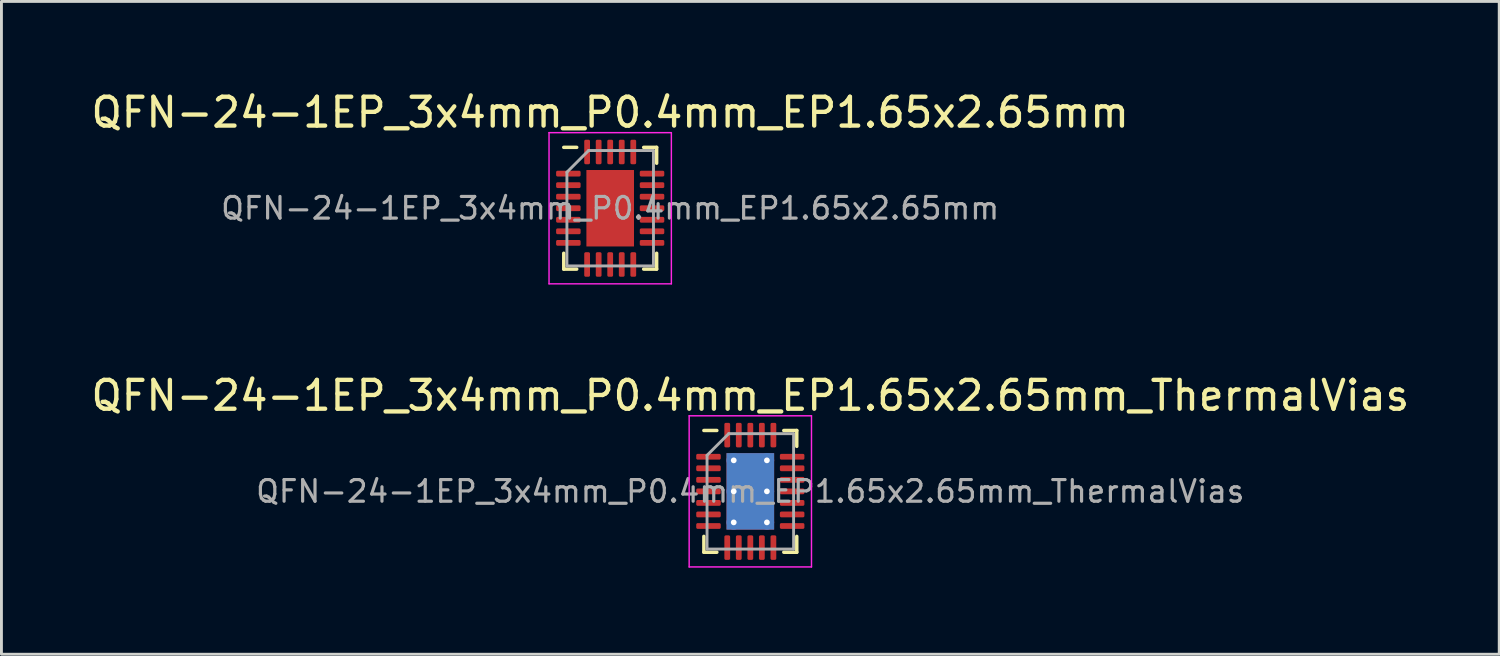
<source format=kicad_pcb>
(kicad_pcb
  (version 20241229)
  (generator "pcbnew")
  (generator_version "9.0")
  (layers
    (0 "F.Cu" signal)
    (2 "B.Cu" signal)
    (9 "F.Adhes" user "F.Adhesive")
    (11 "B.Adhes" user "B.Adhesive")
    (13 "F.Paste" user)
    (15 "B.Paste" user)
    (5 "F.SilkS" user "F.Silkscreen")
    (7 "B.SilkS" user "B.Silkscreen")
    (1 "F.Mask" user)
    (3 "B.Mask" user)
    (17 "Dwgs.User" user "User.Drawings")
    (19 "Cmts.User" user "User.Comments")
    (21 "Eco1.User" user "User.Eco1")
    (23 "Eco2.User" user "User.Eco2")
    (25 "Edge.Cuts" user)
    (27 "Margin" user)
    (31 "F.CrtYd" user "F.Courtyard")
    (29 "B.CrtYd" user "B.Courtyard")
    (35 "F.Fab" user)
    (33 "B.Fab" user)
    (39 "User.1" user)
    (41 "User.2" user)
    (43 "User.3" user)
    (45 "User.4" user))
  (footprint "QFN-24-1EP_3x4mm_P0.4mm_EP1.65x2.65mm"
    (layer "F.Cu")
    (at 18.101 4.168)
    (property "Reference" "QFN-24-1EP_3x4mm_P0.4mm_EP1.65x2.65mm" (at 0 -3.32 0) (layer "F.SilkS") (effects (font (size 1 1) (thickness 0.15))))
    (attr smd)
    (fp_line (start -1.61 2.11) (end -1.61 1.56) (stroke (width 0.12) (type solid)) (layer "F.SilkS"))
    (fp_line (start -1.16 -2.11) (end -1.61 -2.11) (stroke (width 0.12) (type solid)) (layer "F.SilkS"))
    (fp_line (start -1.16 2.11) (end -1.61 2.11) (stroke (width 0.12) (type solid)) (layer "F.SilkS"))
    (fp_line (start 1.16 -2.11) (end 1.61 -2.11) (stroke (width 0.12) (type solid)) (layer "F.SilkS"))
    (fp_line (start 1.16 2.11) (end 1.61 2.11) (stroke (width 0.12) (type solid)) (layer "F.SilkS"))
    (fp_line (start 1.61 -2.11) (end 1.61 -1.56) (stroke (width 0.12) (type solid)) (layer "F.SilkS"))
    (fp_line (start 1.61 2.11) (end 1.61 1.56) (stroke (width 0.12) (type solid)) (layer "F.SilkS"))
    (fp_line (start -2.12 -2.62) (end -2.12 2.62) (stroke (width 0.05) (type solid)) (layer "F.CrtYd"))
    (fp_line (start -2.12 2.62) (end 2.12 2.62) (stroke (width 0.05) (type solid)) (layer "F.CrtYd"))
    (fp_line (start 2.12 -2.62) (end -2.12 -2.62) (stroke (width 0.05) (type solid)) (layer "F.CrtYd"))
    (fp_line (start 2.12 2.62) (end 2.12 -2.62) (stroke (width 0.05) (type solid)) (layer "F.CrtYd"))
    (fp_line (start -1.5 -1.25) (end -0.75 -2) (stroke (width 0.1) (type solid)) (layer "F.Fab"))
    (fp_line (start -1.5 2) (end -1.5 -1.25) (stroke (width 0.1) (type solid)) (layer "F.Fab"))
    (fp_line (start -0.75 -2) (end 1.5 -2) (stroke (width 0.1) (type solid)) (layer "F.Fab"))
    (fp_line (start 1.5 -2) (end 1.5 2) (stroke (width 0.1) (type solid)) (layer "F.Fab"))
    (fp_line (start 1.5 2) (end -1.5 2) (stroke (width 0.1) (type solid)) (layer "F.Fab"))
    (fp_text user "${REFERENCE}" (at 0 0 0) (layer "F.Fab") (effects (font (size 0.75 0.75) (thickness 0.11))))
    (pad "" smd roundrect (at -0.41 -0.88) (size 0.67 0.71) (layers "F.Paste") (roundrect_rratio 0.25))
    (pad "" smd roundrect (at -0.41 0) (size 0.67 0.71) (layers "F.Paste") (roundrect_rratio 0.25))
    (pad "" smd roundrect (at -0.41 0.88) (size 0.67 0.71) (layers "F.Paste") (roundrect_rratio 0.25))
    (pad "" smd roundrect (at 0.41 -0.88) (size 0.67 0.71) (layers "F.Paste") (roundrect_rratio 0.25))
    (pad "" smd roundrect (at 0.41 0) (size 0.67 0.71) (layers "F.Paste") (roundrect_rratio 0.25))
    (pad "" smd roundrect (at 0.41 0.88) (size 0.67 0.71) (layers "F.Paste") (roundrect_rratio 0.25))
    (pad "1" smd roundrect (at -1.45 -1.2) (size 0.85 0.2) (layers "F.Cu" "F.Mask" "F.Paste") (roundrect_rratio 0.25))
    (pad "2" smd roundrect (at -1.45 -0.8) (size 0.85 0.2) (layers "F.Cu" "F.Mask" "F.Paste") (roundrect_rratio 0.25))
    (pad "3" smd roundrect (at -1.45 -0.4) (size 0.85 0.2) (layers "F.Cu" "F.Mask" "F.Paste") (roundrect_rratio 0.25))
    (pad "4" smd roundrect (at -1.45 0) (size 0.85 0.2) (layers "F.Cu" "F.Mask" "F.Paste") (roundrect_rratio 0.25))
    (pad "5" smd roundrect (at -1.45 0.4) (size 0.85 0.2) (layers "F.Cu" "F.Mask" "F.Paste") (roundrect_rratio 0.25))
    (pad "6" smd roundrect (at -1.45 0.8) (size 0.85 0.2) (layers "F.Cu" "F.Mask" "F.Paste") (roundrect_rratio 0.25))
    (pad "7" smd roundrect (at -1.45 1.2) (size 0.85 0.2) (layers "F.Cu" "F.Mask" "F.Paste") (roundrect_rratio 0.25))
    (pad "8" smd roundrect (at -0.8 1.95) (size 0.2 0.85) (layers "F.Cu" "F.Mask" "F.Paste") (roundrect_rratio 0.25))
    (pad "9" smd roundrect (at -0.4 1.95) (size 0.2 0.85) (layers "F.Cu" "F.Mask" "F.Paste") (roundrect_rratio 0.25))
    (pad "10" smd roundrect (at 0 1.95) (size 0.2 0.85) (layers "F.Cu" "F.Mask" "F.Paste") (roundrect_rratio 0.25))
    (pad "11" smd roundrect (at 0.4 1.95) (size 0.2 0.85) (layers "F.Cu" "F.Mask" "F.Paste") (roundrect_rratio 0.25))
    (pad "12" smd roundrect (at 0.8 1.95) (size 0.2 0.85) (layers "F.Cu" "F.Mask" "F.Paste") (roundrect_rratio 0.25))
    (pad "13" smd roundrect (at 1.45 1.2) (size 0.85 0.2) (layers "F.Cu" "F.Mask" "F.Paste") (roundrect_rratio 0.25))
    (pad "14" smd roundrect (at 1.45 0.8) (size 0.85 0.2) (layers "F.Cu" "F.Mask" "F.Paste") (roundrect_rratio 0.25))
    (pad "15" smd roundrect (at 1.45 0.4) (size 0.85 0.2) (layers "F.Cu" "F.Mask" "F.Paste") (roundrect_rratio 0.25))
    (pad "16" smd roundrect (at 1.45 0) (size 0.85 0.2) (layers "F.Cu" "F.Mask" "F.Paste") (roundrect_rratio 0.25))
    (pad "17" smd roundrect (at 1.45 -0.4) (size 0.85 0.2) (layers "F.Cu" "F.Mask" "F.Paste") (roundrect_rratio 0.25))
    (pad "18" smd roundrect (at 1.45 -0.8) (size 0.85 0.2) (layers "F.Cu" "F.Mask" "F.Paste") (roundrect_rratio 0.25))
    (pad "19" smd roundrect (at 1.45 -1.2) (size 0.85 0.2) (layers "F.Cu" "F.Mask" "F.Paste") (roundrect_rratio 0.25))
    (pad "20" smd roundrect (at 0.8 -1.95) (size 0.2 0.85) (layers "F.Cu" "F.Mask" "F.Paste") (roundrect_rratio 0.25))
    (pad "21" smd roundrect (at 0.4 -1.95) (size 0.2 0.85) (layers "F.Cu" "F.Mask" "F.Paste") (roundrect_rratio 0.25))
    (pad "22" smd roundrect (at 0 -1.95) (size 0.2 0.85) (layers "F.Cu" "F.Mask" "F.Paste") (roundrect_rratio 0.25))
    (pad "23" smd roundrect (at -0.4 -1.95) (size 0.2 0.85) (layers "F.Cu" "F.Mask" "F.Paste") (roundrect_rratio 0.25))
    (pad "24" smd roundrect (at -0.8 -1.95) (size 0.2 0.85) (layers "F.Cu" "F.Mask" "F.Paste") (roundrect_rratio 0.25))
    (pad "25" smd rect (at 0 0) (size 1.65 2.65) (layers "F.Cu" "F.Mask")))
  (footprint "QFN-24-1EP_3x4mm_P0.4mm_EP1.65x2.65mm_ThermalVias"
    (layer "F.Cu")
    (at 22.958 13.982)
    (property "Reference" "QFN-24-1EP_3x4mm_P0.4mm_EP1.65x2.65mm_ThermalVias" (at 0 -3.32 0) (layer "F.SilkS") (effects (font (size 1 1) (thickness 0.15))))
    (attr smd)
    (fp_line (start -1.61 2.11) (end -1.61 1.56) (stroke (width 0.12) (type solid)) (layer "F.SilkS"))
    (fp_line (start -1.16 -2.11) (end -1.61 -2.11) (stroke (width 0.12) (type solid)) (layer "F.SilkS"))
    (fp_line (start -1.16 2.11) (end -1.61 2.11) (stroke (width 0.12) (type solid)) (layer "F.SilkS"))
    (fp_line (start 1.16 -2.11) (end 1.61 -2.11) (stroke (width 0.12) (type solid)) (layer "F.SilkS"))
    (fp_line (start 1.16 2.11) (end 1.61 2.11) (stroke (width 0.12) (type solid)) (layer "F.SilkS"))
    (fp_line (start 1.61 -2.11) (end 1.61 -1.56) (stroke (width 0.12) (type solid)) (layer "F.SilkS"))
    (fp_line (start 1.61 2.11) (end 1.61 1.56) (stroke (width 0.12) (type solid)) (layer "F.SilkS"))
    (fp_line (start -2.12 -2.62) (end -2.12 2.62) (stroke (width 0.05) (type solid)) (layer "F.CrtYd"))
    (fp_line (start -2.12 2.62) (end 2.12 2.62) (stroke (width 0.05) (type solid)) (layer "F.CrtYd"))
    (fp_line (start 2.12 -2.62) (end -2.12 -2.62) (stroke (width 0.05) (type solid)) (layer "F.CrtYd"))
    (fp_line (start 2.12 2.62) (end 2.12 -2.62) (stroke (width 0.05) (type solid)) (layer "F.CrtYd"))
    (fp_line (start -1.5 -1.25) (end -0.75 -2) (stroke (width 0.1) (type solid)) (layer "F.Fab"))
    (fp_line (start -1.5 2) (end -1.5 -1.25) (stroke (width 0.1) (type solid)) (layer "F.Fab"))
    (fp_line (start -0.75 -2) (end 1.5 -2) (stroke (width 0.1) (type solid)) (layer "F.Fab"))
    (fp_line (start 1.5 -2) (end 1.5 2) (stroke (width 0.1) (type solid)) (layer "F.Fab"))
    (fp_line (start 1.5 2) (end -1.5 2) (stroke (width 0.1) (type solid)) (layer "F.Fab"))
    (fp_text user "${REFERENCE}" (at 0 0 0) (layer "F.Fab") (effects (font (size 0.75 0.75) (thickness 0.11))))
    (pad "" smd roundrect (at -0.41 -0.88) (size 0.71 0.76) (layers "F.Paste") (roundrect_rratio 0.25))
    (pad "" smd roundrect (at -0.41 0) (size 0.71 0.76) (layers "F.Paste") (roundrect_rratio 0.25))
    (pad "" smd roundrect (at -0.41 0.88) (size 0.71 0.76) (layers "F.Paste") (roundrect_rratio 0.25))
    (pad "" smd roundrect (at 0.41 -0.88) (size 0.71 0.76) (layers "F.Paste") (roundrect_rratio 0.25))
    (pad "" smd roundrect (at 0.41 0) (size 0.71 0.76) (layers "F.Paste") (roundrect_rratio 0.25))
    (pad "" smd roundrect (at 0.41 0.88) (size 0.71 0.76) (layers "F.Paste") (roundrect_rratio 0.25))
    (pad "1" smd roundrect (at -1.45 -1.2) (size 0.85 0.2) (layers "F.Cu" "F.Mask" "F.Paste") (roundrect_rratio 0.25))
    (pad "2" smd roundrect (at -1.45 -0.8) (size 0.85 0.2) (layers "F.Cu" "F.Mask" "F.Paste") (roundrect_rratio 0.25))
    (pad "3" smd roundrect (at -1.45 -0.4) (size 0.85 0.2) (layers "F.Cu" "F.Mask" "F.Paste") (roundrect_rratio 0.25))
    (pad "4" smd roundrect (at -1.45 0) (size 0.85 0.2) (layers "F.Cu" "F.Mask" "F.Paste") (roundrect_rratio 0.25))
    (pad "5" smd roundrect (at -1.45 0.4) (size 0.85 0.2) (layers "F.Cu" "F.Mask" "F.Paste") (roundrect_rratio 0.25))
    (pad "6" smd roundrect (at -1.45 0.8) (size 0.85 0.2) (layers "F.Cu" "F.Mask" "F.Paste") (roundrect_rratio 0.25))
    (pad "7" smd roundrect (at -1.45 1.2) (size 0.85 0.2) (layers "F.Cu" "F.Mask" "F.Paste") (roundrect_rratio 0.25))
    (pad "8" smd roundrect (at -0.8 1.95) (size 0.2 0.85) (layers "F.Cu" "F.Mask" "F.Paste") (roundrect_rratio 0.25))
    (pad "9" smd roundrect (at -0.4 1.95) (size 0.2 0.85) (layers "F.Cu" "F.Mask" "F.Paste") (roundrect_rratio 0.25))
    (pad "10" smd roundrect (at 0 1.95) (size 0.2 0.85) (layers "F.Cu" "F.Mask" "F.Paste") (roundrect_rratio 0.25))
    (pad "11" smd roundrect (at 0.4 1.95) (size 0.2 0.85) (layers "F.Cu" "F.Mask" "F.Paste") (roundrect_rratio 0.25))
    (pad "12" smd roundrect (at 0.8 1.95) (size 0.2 0.85) (layers "F.Cu" "F.Mask" "F.Paste") (roundrect_rratio 0.25))
    (pad "13" smd roundrect (at 1.45 1.2) (size 0.85 0.2) (layers "F.Cu" "F.Mask" "F.Paste") (roundrect_rratio 0.25))
    (pad "14" smd roundrect (at 1.45 0.8) (size 0.85 0.2) (layers "F.Cu" "F.Mask" "F.Paste") (roundrect_rratio 0.25))
    (pad "15" smd roundrect (at 1.45 0.4) (size 0.85 0.2) (layers "F.Cu" "F.Mask" "F.Paste") (roundrect_rratio 0.25))
    (pad "16" smd roundrect (at 1.45 0) (size 0.85 0.2) (layers "F.Cu" "F.Mask" "F.Paste") (roundrect_rratio 0.25))
    (pad "17" smd roundrect (at 1.45 -0.4) (size 0.85 0.2) (layers "F.Cu" "F.Mask" "F.Paste") (roundrect_rratio 0.25))
    (pad "18" smd roundrect (at 1.45 -0.8) (size 0.85 0.2) (layers "F.Cu" "F.Mask" "F.Paste") (roundrect_rratio 0.25))
    (pad "19" smd roundrect (at 1.45 -1.2) (size 0.85 0.2) (layers "F.Cu" "F.Mask" "F.Paste") (roundrect_rratio 0.25))
    (pad "20" smd roundrect (at 0.8 -1.95) (size 0.2 0.85) (layers "F.Cu" "F.Mask" "F.Paste") (roundrect_rratio 0.25))
    (pad "21" smd roundrect (at 0.4 -1.95) (size 0.2 0.85) (layers "F.Cu" "F.Mask" "F.Paste") (roundrect_rratio 0.25))
    (pad "22" smd roundrect (at 0 -1.95) (size 0.2 0.85) (layers "F.Cu" "F.Mask" "F.Paste") (roundrect_rratio 0.25))
    (pad "23" smd roundrect (at -0.4 -1.95) (size 0.2 0.85) (layers "F.Cu" "F.Mask" "F.Paste") (roundrect_rratio 0.25))
    (pad "24" smd roundrect (at -0.8 -1.95) (size 0.2 0.85) (layers "F.Cu" "F.Mask" "F.Paste") (roundrect_rratio 0.25))
    (pad "25" thru_hole circle (at -0.575 -1.075) (size 0.5 0.5) (drill 0.2) (layers "*.Cu"))
    (pad "25" thru_hole circle (at -0.575 0) (size 0.5 0.5) (drill 0.2) (layers "*.Cu"))
    (pad "25" thru_hole circle (at -0.575 1.075) (size 0.5 0.5) (drill 0.2) (layers "*.Cu"))
    (pad "25" smd rect (at 0 0) (size 1.65 2.65) (layers "F.Cu" "F.Mask"))
    (pad "25" smd rect (at 0 0) (size 1.65 2.65) (layers "B.Cu"))
    (pad "25" thru_hole circle (at 0.575 -1.075) (size 0.5 0.5) (drill 0.2) (layers "*.Cu"))
    (pad "25" thru_hole circle (at 0.575 0) (size 0.5 0.5) (drill 0.2) (layers "*.Cu"))
    (pad "25" thru_hole circle (at 0.575 1.075) (size 0.5 0.5) (drill 0.2) (layers "*.Cu")))
  (gr_rect
    (start -3 -3)
    (end 48.917 19.627)
    (stroke (width 0.1) (type default))
    (fill no)
    (layer "Edge.Cuts")))
</source>
